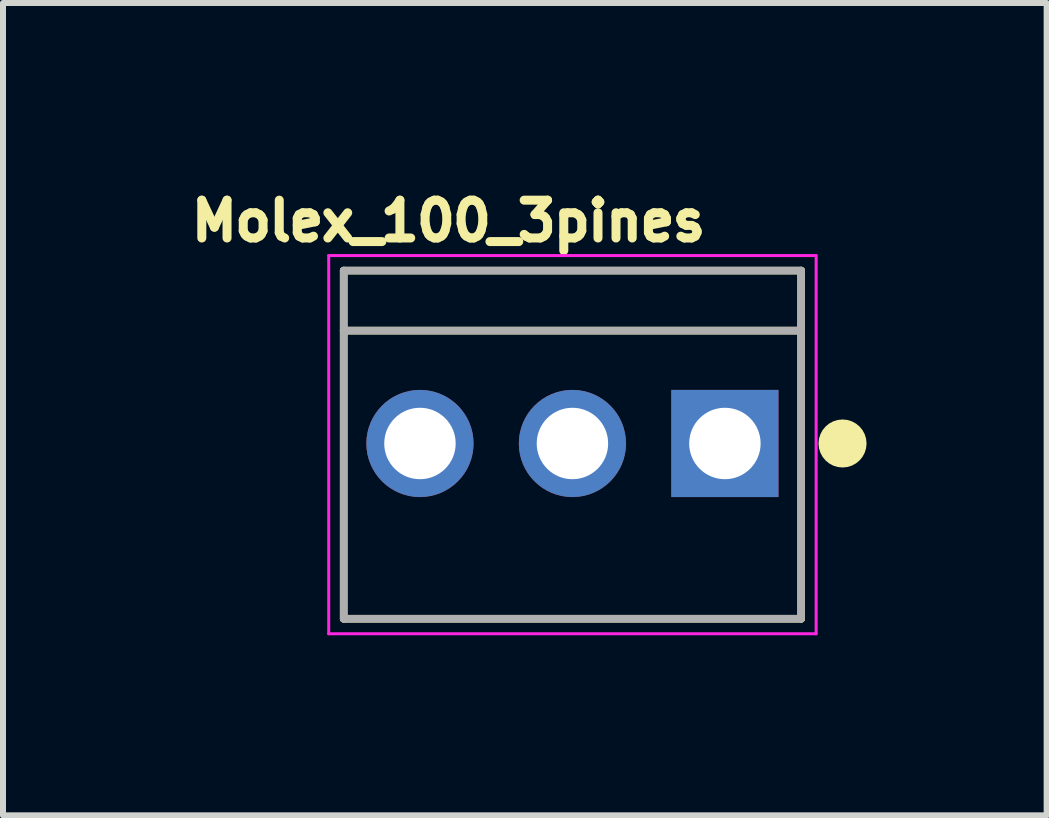
<source format=kicad_pcb>
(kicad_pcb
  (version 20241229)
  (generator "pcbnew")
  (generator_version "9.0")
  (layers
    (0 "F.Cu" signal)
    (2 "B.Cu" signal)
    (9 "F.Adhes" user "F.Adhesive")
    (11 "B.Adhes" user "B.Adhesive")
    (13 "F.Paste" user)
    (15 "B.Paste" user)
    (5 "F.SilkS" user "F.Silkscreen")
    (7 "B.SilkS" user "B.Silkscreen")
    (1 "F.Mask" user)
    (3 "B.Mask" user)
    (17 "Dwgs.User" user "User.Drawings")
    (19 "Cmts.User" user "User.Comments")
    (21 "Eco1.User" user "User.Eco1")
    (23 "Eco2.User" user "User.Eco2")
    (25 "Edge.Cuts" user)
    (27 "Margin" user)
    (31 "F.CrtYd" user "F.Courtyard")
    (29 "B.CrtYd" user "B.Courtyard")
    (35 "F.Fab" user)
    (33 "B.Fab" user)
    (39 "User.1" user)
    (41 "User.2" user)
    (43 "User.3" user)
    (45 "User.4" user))
  (footprint "Molex_100_3pines"
    (layer "F.Cu")
    (at 6.486 4.338)
    (property "Reference" "Molex_100_3pines" (at -2.064 -3.707 0) (layer "F.SilkS") (effects (font (size 0.63 0.63) (thickness 0.15))))
    (attr through_hole)
    (fp_line (start -3.81 -2.88) (end -3.81 -1.88) (stroke (width 0.127) (type solid)) (layer "F.SilkS"))
    (fp_line (start -3.81 -1.88) (end -3.81 2.92) (stroke (width 0.127) (type solid)) (layer "F.SilkS"))
    (fp_line (start -3.81 -1.88) (end 3.81 -1.88) (stroke (width 0.127) (type solid)) (layer "F.SilkS"))
    (fp_line (start -3.81 2.92) (end 3.81 2.92) (stroke (width 0.127) (type solid)) (layer "F.SilkS"))
    (fp_line (start 3.81 -2.88) (end -3.81 -2.88) (stroke (width 0.127) (type solid)) (layer "F.SilkS"))
    (fp_line (start 3.81 -1.88) (end 3.81 -2.88) (stroke (width 0.127) (type solid)) (layer "F.SilkS"))
    (fp_line (start 3.81 2.92) (end 3.81 -1.88) (stroke (width 0.127) (type solid)) (layer "F.SilkS"))
    (fp_circle (center 4.5 0) (end 4.7 0) (stroke (width 0.4) (type solid)) (fill no) (layer "F.SilkS"))
    (fp_line (start -4.06 -3.13) (end -4.06 3.17) (stroke (width 0.05) (type solid)) (layer "F.CrtYd"))
    (fp_line (start -4.06 3.17) (end 4.06 3.17) (stroke (width 0.05) (type solid)) (layer "F.CrtYd"))
    (fp_line (start 4.06 -3.13) (end -4.06 -3.13) (stroke (width 0.05) (type solid)) (layer "F.CrtYd"))
    (fp_line (start 4.06 3.17) (end 4.06 -3.13) (stroke (width 0.05) (type solid)) (layer "F.CrtYd"))
    (fp_line (start -3.81 -2.88) (end -3.81 -1.88) (stroke (width 0.127) (type solid)) (layer "F.Fab"))
    (fp_line (start -3.81 -1.88) (end -3.81 2.92) (stroke (width 0.127) (type solid)) (layer "F.Fab"))
    (fp_line (start -3.81 -1.88) (end 3.81 -1.88) (stroke (width 0.127) (type solid)) (layer "F.Fab"))
    (fp_line (start -3.81 2.92) (end 3.81 2.92) (stroke (width 0.127) (type solid)) (layer "F.Fab"))
    (fp_line (start 3.81 -2.88) (end -3.81 -2.88) (stroke (width 0.127) (type solid)) (layer "F.Fab"))
    (fp_line (start 3.81 -1.88) (end 3.81 -2.88) (stroke (width 0.127) (type solid)) (layer "F.Fab"))
    (fp_line (start 3.81 2.92) (end 3.81 -1.88) (stroke (width 0.127) (type solid)) (layer "F.Fab"))
    (fp_circle (center 2.54 0) (end 2.74 0) (stroke (width 0.4) (type solid)) (fill no) (layer "F.Fab"))
    (pad "1" thru_hole rect (at 2.54 0) (size 1.785 1.785) (drill 1.19) (layers "*.Cu" "*.Mask"))
    (pad "2" thru_hole circle (at 0 0) (size 1.785 1.785) (drill 1.19) (layers "*.Cu" "*.Mask"))
    (pad "3" thru_hole circle (at -2.54 0) (size 1.785 1.785) (drill 1.19) (layers "*.Cu" "*.Mask")))
  (gr_rect
    (start -3 -3)
    (end 14.386 10.533)
    (stroke (width 0.1) (type default))
    (fill no)
    (layer "Edge.Cuts")))
</source>
